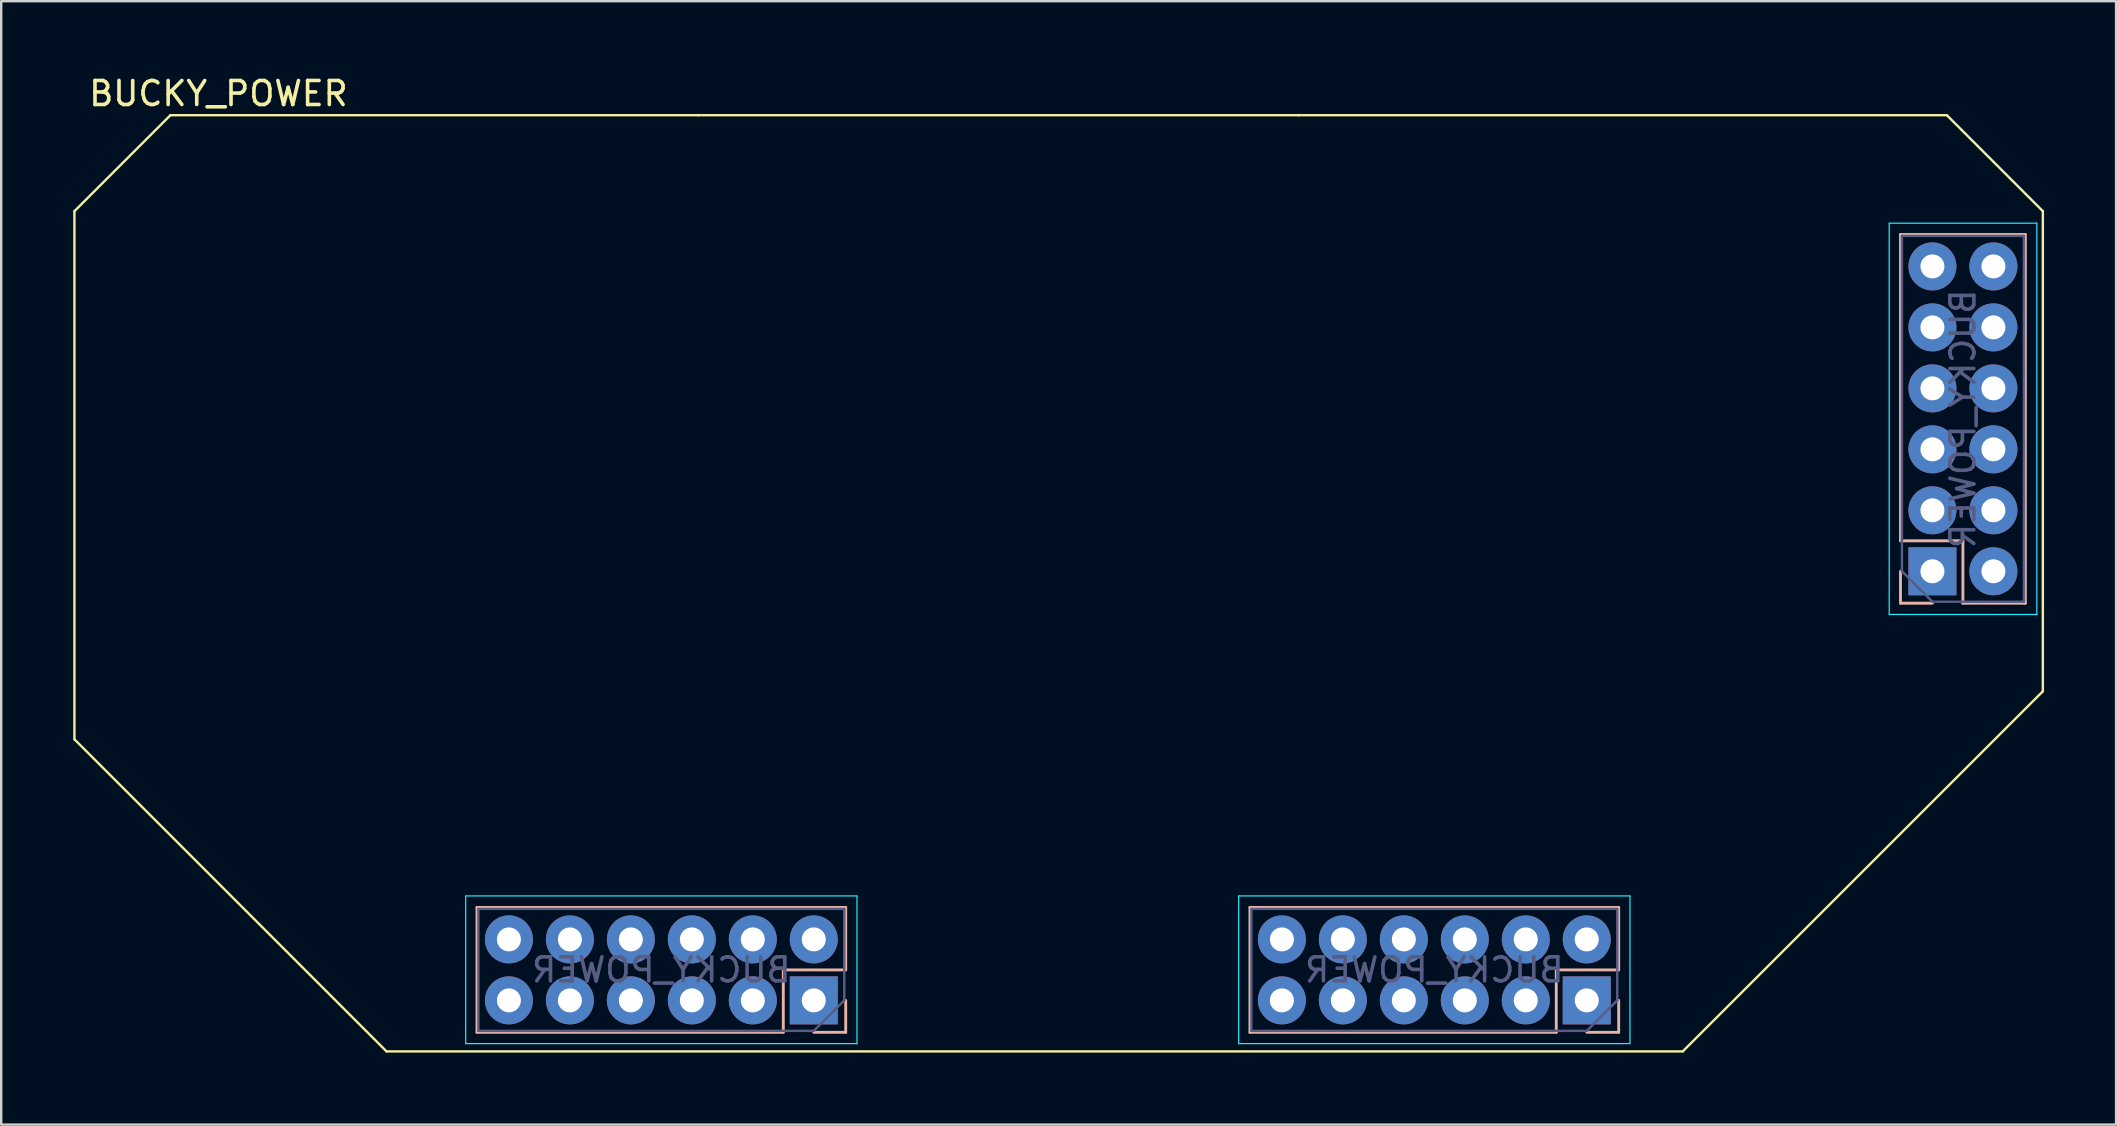
<source format=kicad_pcb>
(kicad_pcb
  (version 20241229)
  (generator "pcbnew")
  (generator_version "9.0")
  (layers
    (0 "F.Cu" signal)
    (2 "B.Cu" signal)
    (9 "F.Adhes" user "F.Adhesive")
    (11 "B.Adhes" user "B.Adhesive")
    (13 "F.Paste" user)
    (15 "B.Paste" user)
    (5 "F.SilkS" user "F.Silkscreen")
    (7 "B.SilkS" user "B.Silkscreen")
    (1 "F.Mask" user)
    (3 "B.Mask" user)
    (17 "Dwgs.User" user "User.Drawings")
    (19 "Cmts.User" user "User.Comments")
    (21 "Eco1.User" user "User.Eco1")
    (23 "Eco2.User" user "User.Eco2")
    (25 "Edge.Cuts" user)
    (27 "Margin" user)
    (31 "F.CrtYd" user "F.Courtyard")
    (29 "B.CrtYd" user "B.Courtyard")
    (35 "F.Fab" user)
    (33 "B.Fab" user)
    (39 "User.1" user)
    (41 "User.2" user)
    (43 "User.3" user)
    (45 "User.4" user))
  (footprint "BUCKY_POWER"
    (layer "F.Cu")
    (at 40.95 19.448)
    (property "Reference" "BUCKY_POWER" (at -34.9 -18.6 0) (unlocked yes) (layer "F.SilkS") (effects (font (size 1 1) (thickness 0.15))))
    (attr through_hole)
    (fp_line (start -40.9 -13.7) (end -40.9 8.3) (stroke (width 0.1) (type solid)) (layer "F.SilkS"))
    (fp_line (start -40.9 -13.7) (end -36.9 -17.7) (stroke (width 0.1) (type solid)) (layer "F.SilkS"))
    (fp_line (start -40.9 8.3) (end -27.9 21.3) (stroke (width 0.1) (type solid)) (layer "F.SilkS"))
    (fp_line (start -14.9 -17.7) (end -36.9 -17.7) (stroke (width 0.1) (type solid)) (layer "F.SilkS"))
    (fp_line (start 10.1 -17.7) (end -14.9 -17.7) (stroke (width 0.1) (type solid)) (layer "F.SilkS"))
    (fp_line (start 26.1 21.3) (end -27.9 21.3) (stroke (width 0.1) (type solid)) (layer "F.SilkS"))
    (fp_line (start 37.1 -17.7) (end 10.1 -17.7) (stroke (width 0.1) (type solid)) (layer "F.SilkS"))
    (fp_line (start 37.1 -17.7) (end 41.1 -13.7) (stroke (width 0.1) (type solid)) (layer "F.SilkS"))
    (fp_line (start 41.1 -13.7) (end 41.1 6.3) (stroke (width 0.1) (type solid)) (layer "F.SilkS"))
    (fp_line (start 41.1 6.3) (end 26.1 21.3) (stroke (width 0.1) (type solid)) (layer "F.SilkS"))
    (fp_line (start -24.13 20.505) (end -24.13 15.305) (stroke (width 0.12) (type solid)) (layer "B.SilkS"))
    (fp_line (start -11.37 17.905) (end -8.77 17.905) (stroke (width 0.12) (type solid)) (layer "B.SilkS"))
    (fp_line (start -11.37 20.505) (end -24.13 20.505) (stroke (width 0.12) (type solid)) (layer "B.SilkS"))
    (fp_line (start -11.37 20.505) (end -11.37 17.905) (stroke (width 0.12) (type solid)) (layer "B.SilkS"))
    (fp_line (start -10.1 20.505) (end -8.77 20.505) (stroke (width 0.12) (type solid)) (layer "B.SilkS"))
    (fp_line (start -8.77 15.305) (end -24.13 15.305) (stroke (width 0.12) (type solid)) (layer "B.SilkS"))
    (fp_line (start -8.77 17.905) (end -8.77 15.305) (stroke (width 0.12) (type solid)) (layer "B.SilkS"))
    (fp_line (start -8.77 20.505) (end -8.77 19.175) (stroke (width 0.12) (type solid)) (layer "B.SilkS"))
    (fp_line (start 8.07 20.505) (end 8.07 15.305) (stroke (width 0.12) (type solid)) (layer "B.SilkS"))
    (fp_line (start 20.83 17.905) (end 23.43 17.905) (stroke (width 0.12) (type solid)) (layer "B.SilkS"))
    (fp_line (start 20.83 20.505) (end 8.07 20.505) (stroke (width 0.12) (type solid)) (layer "B.SilkS"))
    (fp_line (start 20.83 20.505) (end 20.83 17.905) (stroke (width 0.12) (type solid)) (layer "B.SilkS"))
    (fp_line (start 22.1 20.505) (end 23.43 20.505) (stroke (width 0.12) (type solid)) (layer "B.SilkS"))
    (fp_line (start 23.43 15.305) (end 8.07 15.305) (stroke (width 0.12) (type solid)) (layer "B.SilkS"))
    (fp_line (start 23.43 17.905) (end 23.43 15.305) (stroke (width 0.12) (type solid)) (layer "B.SilkS"))
    (fp_line (start 23.43 20.505) (end 23.43 19.175) (stroke (width 0.12) (type solid)) (layer "B.SilkS"))
    (fp_line (start 35.17 -12.73) (end 40.37 -12.73) (stroke (width 0.12) (type solid)) (layer "B.SilkS"))
    (fp_line (start 35.17 0.03) (end 35.17 -12.73) (stroke (width 0.12) (type solid)) (layer "B.SilkS"))
    (fp_line (start 35.17 0.03) (end 37.77 0.03) (stroke (width 0.12) (type solid)) (layer "B.SilkS"))
    (fp_line (start 35.17 1.3) (end 35.17 2.63) (stroke (width 0.12) (type solid)) (layer "B.SilkS"))
    (fp_line (start 35.17 2.63) (end 36.5 2.63) (stroke (width 0.12) (type solid)) (layer "B.SilkS"))
    (fp_line (start 37.77 0.03) (end 37.77 2.63) (stroke (width 0.12) (type solid)) (layer "B.SilkS"))
    (fp_line (start 37.77 2.63) (end 40.37 2.63) (stroke (width 0.12) (type solid)) (layer "B.SilkS"))
    (fp_line (start 40.37 2.63) (end 40.37 -12.73) (stroke (width 0.12) (type solid)) (layer "B.SilkS"))
    (fp_line (start -24.6 14.825) (end -8.3 14.825) (stroke (width 0.05) (type solid)) (layer "B.CrtYd"))
    (fp_line (start -24.6 20.975) (end -24.6 14.825) (stroke (width 0.05) (type solid)) (layer "B.CrtYd"))
    (fp_line (start -8.3 14.825) (end -8.3 20.975) (stroke (width 0.05) (type solid)) (layer "B.CrtYd"))
    (fp_line (start -8.3 20.975) (end -24.6 20.975) (stroke (width 0.05) (type solid)) (layer "B.CrtYd"))
    (fp_line (start 7.6 14.825) (end 23.9 14.825) (stroke (width 0.05) (type solid)) (layer "B.CrtYd"))
    (fp_line (start 7.6 20.975) (end 7.6 14.825) (stroke (width 0.05) (type solid)) (layer "B.CrtYd"))
    (fp_line (start 23.9 14.825) (end 23.9 20.975) (stroke (width 0.05) (type solid)) (layer "B.CrtYd"))
    (fp_line (start 23.9 20.975) (end 7.6 20.975) (stroke (width 0.05) (type solid)) (layer "B.CrtYd"))
    (fp_line (start 34.7 -13.2) (end 40.85 -13.2) (stroke (width 0.05) (type solid)) (layer "B.CrtYd"))
    (fp_line (start 34.7 3.1) (end 34.7 -13.2) (stroke (width 0.05) (type solid)) (layer "B.CrtYd"))
    (fp_line (start 40.85 -13.2) (end 40.85 3.1) (stroke (width 0.05) (type solid)) (layer "B.CrtYd"))
    (fp_line (start 40.85 3.1) (end 34.7 3.1) (stroke (width 0.05) (type solid)) (layer "B.CrtYd"))
    (fp_line (start -24.07 15.365) (end -24.07 20.445) (stroke (width 0.1) (type solid)) (layer "B.Fab"))
    (fp_line (start -24.07 20.445) (end -10.1 20.445) (stroke (width 0.1) (type solid)) (layer "B.Fab"))
    (fp_line (start -10.1 20.445) (end -8.83 19.175) (stroke (width 0.1) (type solid)) (layer "B.Fab"))
    (fp_line (start -8.83 15.365) (end -24.07 15.365) (stroke (width 0.1) (type solid)) (layer "B.Fab"))
    (fp_line (start -8.83 19.175) (end -8.83 15.365) (stroke (width 0.1) (type solid)) (layer "B.Fab"))
    (fp_line (start 8.13 15.365) (end 8.13 20.445) (stroke (width 0.1) (type solid)) (layer "B.Fab"))
    (fp_line (start 8.13 20.445) (end 22.1 20.445) (stroke (width 0.1) (type solid)) (layer "B.Fab"))
    (fp_line (start 22.1 20.445) (end 23.37 19.175) (stroke (width 0.1) (type solid)) (layer "B.Fab"))
    (fp_line (start 23.37 15.365) (end 8.13 15.365) (stroke (width 0.1) (type solid)) (layer "B.Fab"))
    (fp_line (start 23.37 19.175) (end 23.37 15.365) (stroke (width 0.1) (type solid)) (layer "B.Fab"))
    (fp_line (start 35.23 -12.67) (end 35.23 1.3) (stroke (width 0.1) (type solid)) (layer "B.Fab"))
    (fp_line (start 35.23 1.3) (end 36.5 2.57) (stroke (width 0.1) (type solid)) (layer "B.Fab"))
    (fp_line (start 36.5 2.57) (end 40.31 2.57) (stroke (width 0.1) (type solid)) (layer "B.Fab"))
    (fp_line (start 40.31 -12.67) (end 35.23 -12.67) (stroke (width 0.1) (type solid)) (layer "B.Fab"))
    (fp_line (start 40.31 2.57) (end 40.31 -12.67) (stroke (width 0.1) (type solid)) (layer "B.Fab"))
    (fp_text user "${REFERENCE}" (at -16.45 17.905 0) (layer "B.Fab") (effects (font (size 1 1) (thickness 0.15)) (justify mirror)))
    (fp_text user "${REFERENCE}" (at 15.75 17.905 0) (layer "B.Fab") (effects (font (size 1 1) (thickness 0.15)) (justify mirror)))
    (fp_text user "${REFERENCE}" (at 37.77 -5.05 90) (layer "B.Fab") (effects (font (size 1 1) (thickness 0.15)) (justify mirror)))
    (pad "1" thru_hole oval (at -22.8 16.635) (size 2 2) (drill 1) (layers "*.Cu" "*.Mask"))
    (pad "1" thru_hole oval (at -22.8 19.175) (size 2 2) (drill 1) (layers "*.Cu" "*.Mask"))
    (pad "1" thru_hole oval (at -20.26 16.635) (size 2 2) (drill 1) (layers "*.Cu" "*.Mask"))
    (pad "1" thru_hole oval (at -20.26 19.175) (size 2 2) (drill 1) (layers "*.Cu" "*.Mask"))
    (pad "1" thru_hole oval (at -17.72 16.635) (size 2 2) (drill 1) (layers "*.Cu" "*.Mask"))
    (pad "1" thru_hole oval (at -17.72 19.175) (size 2 2) (drill 1) (layers "*.Cu" "*.Mask"))
    (pad "1" thru_hole oval (at -15.18 16.635) (size 2 2) (drill 1) (layers "*.Cu" "*.Mask"))
    (pad "1" thru_hole oval (at -15.18 19.175) (size 2 2) (drill 1) (layers "*.Cu" "*.Mask"))
    (pad "1" thru_hole oval (at -12.64 16.635) (size 2 2) (drill 1) (layers "*.Cu" "*.Mask"))
    (pad "1" thru_hole oval (at -12.64 19.175) (size 2 2) (drill 1) (layers "*.Cu" "*.Mask"))
    (pad "1" thru_hole oval (at -10.1 16.635) (size 2 2) (drill 1) (layers "*.Cu" "*.Mask"))
    (pad "1" thru_hole rect (at -10.1 19.175 90) (size 2 2) (drill 1) (layers "*.Cu" "*.Mask"))
    (pad "2" thru_hole oval (at 11.94 19.175) (size 2 2) (drill 1) (layers "*.Cu" "*.Mask"))
    (pad "2" thru_hole oval (at 14.48 16.635) (size 2 2) (drill 1) (layers "*.Cu" "*.Mask"))
    (pad "2" thru_hole oval (at 14.48 19.175) (size 2 2) (drill 1) (layers "*.Cu" "*.Mask"))
    (pad "2" thru_hole oval (at 17.02 16.635) (size 2 2) (drill 1) (layers "*.Cu" "*.Mask"))
    (pad "2" thru_hole oval (at 17.02 19.175) (size 2 2) (drill 1) (layers "*.Cu" "*.Mask"))
    (pad "2" thru_hole oval (at 19.56 16.635) (size 2 2) (drill 1) (layers "*.Cu" "*.Mask"))
    (pad "2" thru_hole oval (at 19.56 19.175) (size 2 2) (drill 1) (layers "*.Cu" "*.Mask"))
    (pad "2" thru_hole oval (at 22.1 16.635) (size 2 2) (drill 1) (layers "*.Cu" "*.Mask"))
    (pad "2" thru_hole rect (at 22.1 19.175 90) (size 2 2) (drill 1) (layers "*.Cu" "*.Mask"))
    (pad "3" thru_hole oval (at 36.5 -11.4) (size 2 2) (drill 1) (layers "*.Cu" "*.Mask"))
    (pad "3" thru_hole oval (at 36.5 -8.86) (size 2 2) (drill 1) (layers "*.Cu" "*.Mask"))
    (pad "3" thru_hole oval (at 36.5 -6.32) (size 2 2) (drill 1) (layers "*.Cu" "*.Mask"))
    (pad "3" thru_hole oval (at 36.5 -3.78) (size 2 2) (drill 1) (layers "*.Cu" "*.Mask"))
    (pad "3" thru_hole oval (at 36.5 -1.24) (size 2 2) (drill 1) (layers "*.Cu" "*.Mask"))
    (pad "3" thru_hole rect (at 36.5 1.3) (size 2 2) (drill 1) (layers "*.Cu" "*.Mask"))
    (pad "3" thru_hole oval (at 39.04 -11.4) (size 2 2) (drill 1) (layers "*.Cu" "*.Mask"))
    (pad "3" thru_hole oval (at 39.04 -8.86) (size 2 2) (drill 1) (layers "*.Cu" "*.Mask"))
    (pad "3" thru_hole oval (at 39.04 -6.32) (size 2 2) (drill 1) (layers "*.Cu" "*.Mask"))
    (pad "3" thru_hole oval (at 39.04 -3.78) (size 2 2) (drill 1) (layers "*.Cu" "*.Mask"))
    (pad "3" thru_hole oval (at 39.04 -1.24) (size 2 2) (drill 1) (layers "*.Cu" "*.Mask"))
    (pad "3" thru_hole oval (at 39.04 1.3) (size 2 2) (drill 1) (layers "*.Cu" "*.Mask"))
    (pad "4" thru_hole oval (at 11.94 16.635) (size 2 2) (drill 1) (layers "*.Cu" "*.Mask"))
    (pad "5" thru_hole oval (at 9.4 16.635) (size 2 2) (drill 1) (layers "*.Cu" "*.Mask"))
    (pad "6" thru_hole oval (at 9.4 19.175) (size 2 2) (drill 1) (layers "*.Cu" "*.Mask")))
  (gr_rect
    (start -3 -3)
    (end 85.1 43.798)
    (stroke (width 0.1) (type default))
    (fill no)
    (layer "Edge.Cuts")))
</source>
